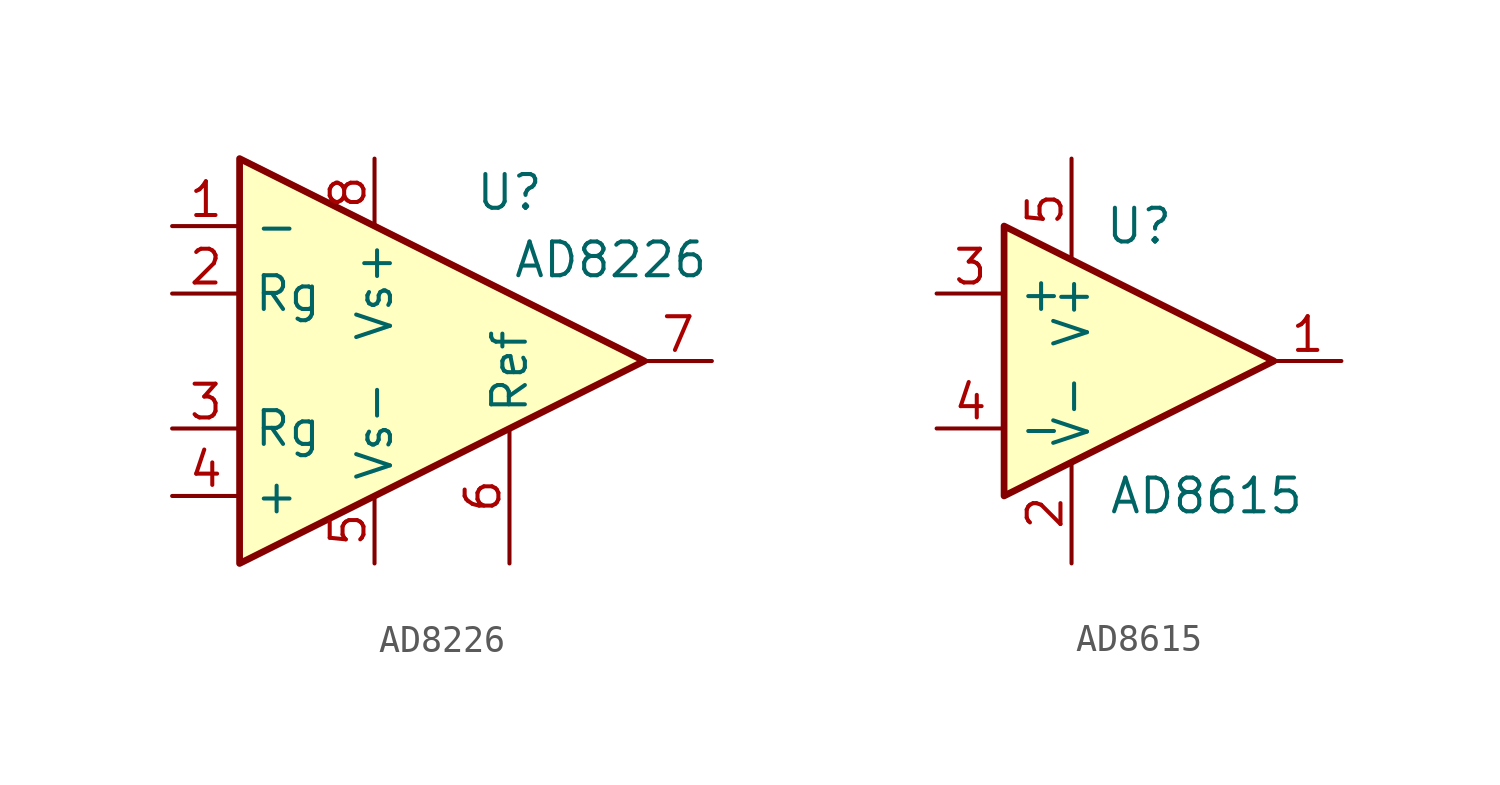
<source format=kicad_sym>
(kicad_symbol_lib
  (version 20220914)
  (generator kicad_symbol_editor)
  (symbol "AD8226"
    (property "Reference" "U"
      (at 0 0 0)
      (effects (font (size 1.27 1.27))))
    (property "Value" "AD8226"
      (at 3.81 -2.54 0)
      (effects (font (size 1.27 1.27))))
    (symbol "AD8226_0_1"
      (polyline (pts (xy -10.16 1.27) (xy -10.16 -13.97) (xy 5.08 -6.35) (xy -10.16 1.27)) (stroke (width 0.254) (type default)) (fill (type background))))
    (symbol "AD8226_1_1"
      (pin input line (at -12.7 -1.27 0) (length 2.54) (name "-" (effects (font (size 1.27 1.27)))) (number "1" (effects (font (size 1.27 1.27)))))
      (pin passive line (at -12.7 -3.81 0) (length 2.54) (name "Rg" (effects (font (size 1.27 1.27)))) (number "2" (effects (font (size 1.27 1.27)))))
      (pin passive line (at -12.7 -8.89 0) (length 2.54) (name "Rg" (effects (font (size 1.27 1.27)))) (number "3" (effects (font (size 1.27 1.27)))))
      (pin input line (at -12.7 -11.43 0) (length 2.54) (name "+" (effects (font (size 1.27 1.27)))) (number "4" (effects (font (size 1.27 1.27)))))
      (pin power_in line (at -5.08 -13.97 90) (length 2.54) (name "Vs-" (effects (font (size 1.27 1.27)))) (number "5" (effects (font (size 1.27 1.27)))))
      (pin passive line (at 0 -13.97 90) (length 5.08) (name "Ref" (effects (font (size 1.27 1.27)))) (number "6" (effects (font (size 1.27 1.27)))))
      (pin output line (at 7.62 -6.35 180) (length 2.54) (name "~" (effects (font (size 1.27 1.27)))) (number "7" (effects (font (size 1.27 1.27)))))
      (pin power_in line (at -5.08 1.27 270) (length 2.54) (name "Vs+" (effects (font (size 1.27 1.27)))) (number "8" (effects (font (size 1.27 1.27)))))))
  (symbol "AD8615"
    (property "Reference" "U"
      (at 2.54 5.08 0)
      (effects (font (size 1.27 1.27))))
    (property "Value" "AD8615"
      (at 5.08 -5.08 0)
      (effects (font (size 1.27 1.27))))
    (symbol "AD8615_0_0"
      (text "" (at -5.08 -2.54 0) (effects (font (size 1.27 1.27))))
      (text "" (at -2.54 -3.81 0) (effects (font (size 1.27 1.27))))
      (text "" (at 1.27 0 0) (effects (font (size 1.27 1.27)))))
    (symbol "AD8615_0_1"
      (polyline (pts (xy -2.54 5.08) (xy 7.62 0) (xy -2.54 -5.08) (xy -2.54 5.08)) (stroke (width 0.254) (type default)) (fill (type background))))
    (symbol "AD8615_1_1"
      (pin output line (at 10.16 0 180) (length 2.54) (name "~" (effects (font (size 1.27 1.27)))) (number "1" (effects (font (size 1.27 1.27)))))
      (pin power_in line (at 0 -7.62 90) (length 3.81) (name "V-" (effects (font (size 1.27 1.27)))) (number "2" (effects (font (size 1.27 1.27)))))
      (pin input line (at -5.08 2.54 0) (length 2.54) (name "+" (effects (font (size 1.27 1.27)))) (number "3" (effects (font (size 1.27 1.27)))))
      (pin input line (at -5.08 -2.54 0) (length 2.54) (name "-" (effects (font (size 1.27 1.27)))) (number "4" (effects (font (size 1.27 1.27)))))
      (pin power_in line (at 0 7.62 270) (length 3.81) (name "V+" (effects (font (size 1.27 1.27)))) (number "5" (effects (font (size 1.27 1.27))))))))
</source>
